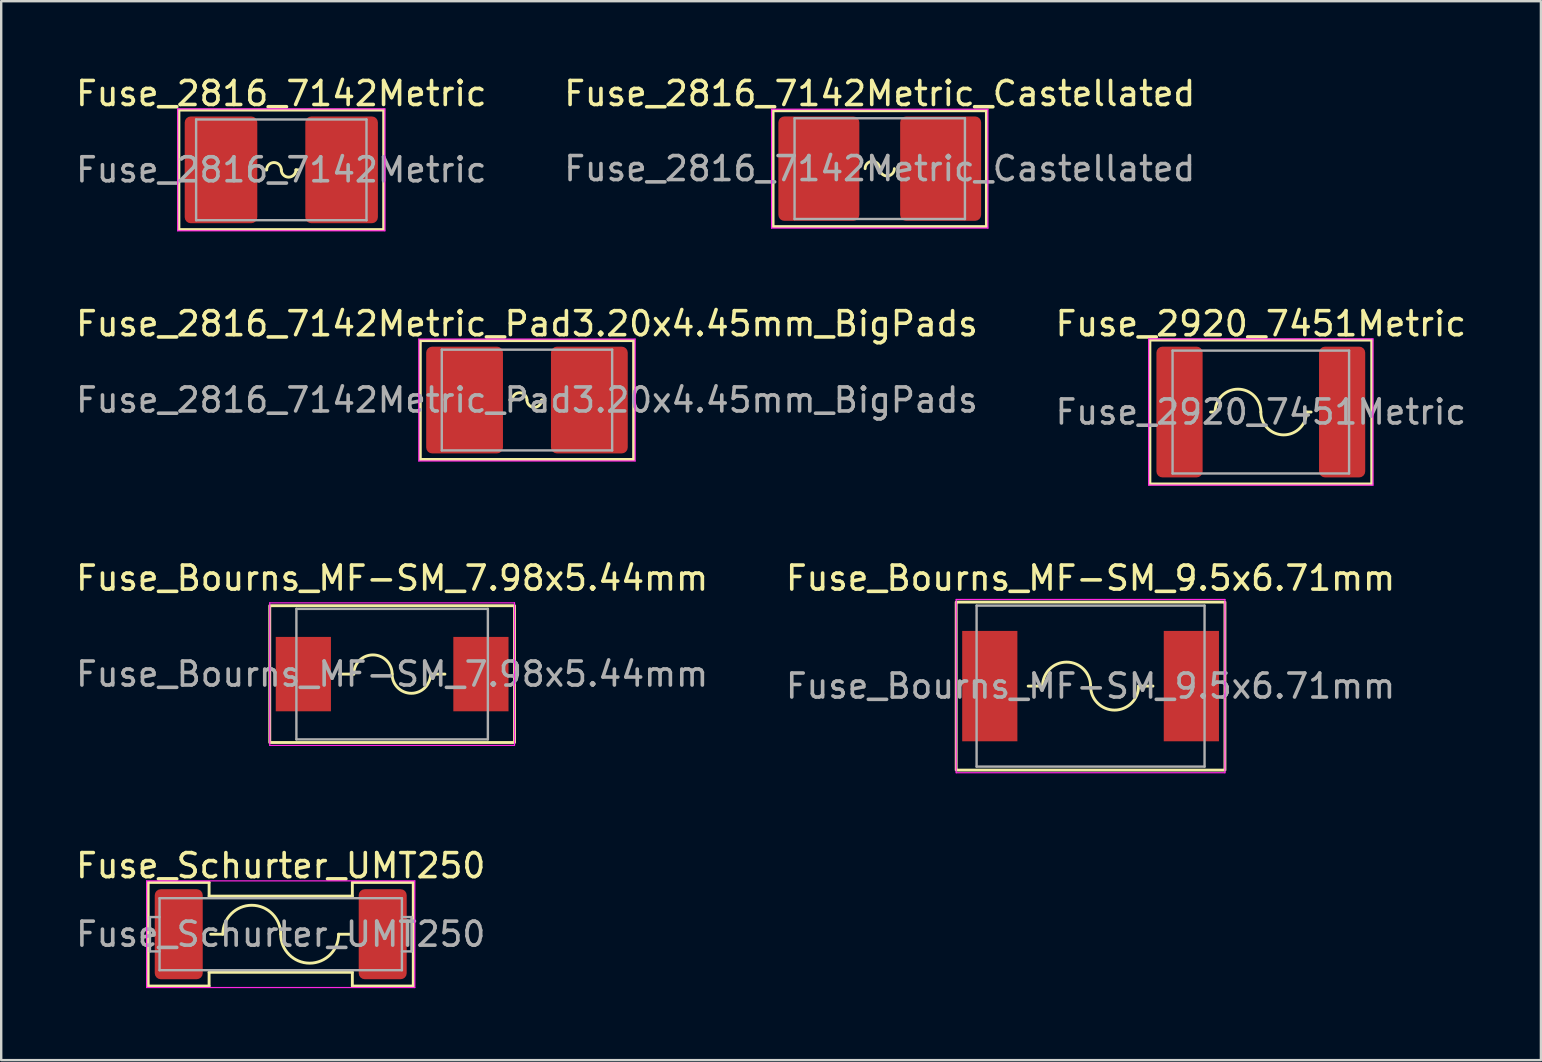
<source format=kicad_pcb>
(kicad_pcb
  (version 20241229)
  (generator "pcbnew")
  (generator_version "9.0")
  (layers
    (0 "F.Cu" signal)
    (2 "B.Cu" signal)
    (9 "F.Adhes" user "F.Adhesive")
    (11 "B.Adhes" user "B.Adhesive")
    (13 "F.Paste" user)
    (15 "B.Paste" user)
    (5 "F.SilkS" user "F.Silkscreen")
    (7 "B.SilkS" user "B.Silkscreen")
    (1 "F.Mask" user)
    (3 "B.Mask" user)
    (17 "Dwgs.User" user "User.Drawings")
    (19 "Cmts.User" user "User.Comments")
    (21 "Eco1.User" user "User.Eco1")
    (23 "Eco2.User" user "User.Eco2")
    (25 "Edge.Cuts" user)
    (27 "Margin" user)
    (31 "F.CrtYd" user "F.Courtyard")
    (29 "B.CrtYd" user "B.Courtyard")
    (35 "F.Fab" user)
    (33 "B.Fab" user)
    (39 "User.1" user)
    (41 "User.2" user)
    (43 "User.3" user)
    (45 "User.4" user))
  (footprint "Fuse_Schurter_UMT250"
    (layer "F.Cu")
    (at 8.649 35.883)
    (property "Reference" "Fuse_Schurter_UMT250" (at 0 -2.857 0) (layer "F.SilkS") (effects (font (size 1 1) (thickness 0.15))))
    (attr smd)
    (fp_line (start -5.524 -2.159) (end -5.524 2.159) (stroke (width 0.12) (type solid)) (layer "F.SilkS"))
    (fp_line (start -5.524 2.159) (end -2.985 2.159) (stroke (width 0.12) (type solid)) (layer "F.SilkS"))
    (fp_line (start -2.985 -2.159) (end -5.524 -2.159) (stroke (width 0.12) (type solid)) (layer "F.SilkS"))
    (fp_line (start -2.985 -1.587) (end -2.985 -2.159) (stroke (width 0.12) (type solid)) (layer "F.SilkS"))
    (fp_line (start -2.985 1.587) (end 2.985 1.587) (stroke (width 0.12) (type solid)) (layer "F.SilkS"))
    (fp_line (start -2.985 2.159) (end -2.985 1.587) (stroke (width 0.12) (type solid)) (layer "F.SilkS"))
    (fp_line (start -2.413 0) (end -2.921 0) (stroke (width 0.12) (type solid)) (layer "F.SilkS"))
    (fp_line (start 2.413 0) (end 2.921 0) (stroke (width 0.12) (type solid)) (layer "F.SilkS"))
    (fp_line (start 2.985 -2.159) (end 2.985 -1.587) (stroke (width 0.12) (type solid)) (layer "F.SilkS"))
    (fp_line (start 2.985 -1.587) (end -2.985 -1.587) (stroke (width 0.12) (type solid)) (layer "F.SilkS"))
    (fp_line (start 2.985 1.587) (end 2.985 2.159) (stroke (width 0.12) (type solid)) (layer "F.SilkS"))
    (fp_line (start 2.985 2.159) (end 5.524 2.159) (stroke (width 0.12) (type solid)) (layer "F.SilkS"))
    (fp_line (start 5.524 -2.159) (end 2.985 -2.159) (stroke (width 0.12) (type solid)) (layer "F.SilkS"))
    (fp_line (start 5.524 2.159) (end 5.524 -2.159) (stroke (width 0.12) (type solid)) (layer "F.SilkS"))
    (fp_arc (start -2.413 0) (mid -1.2065 -1.2065) (end 0 0) (stroke (width 0.12) (type solid)) (layer "F.SilkS"))
    (fp_arc (start 2.413 0) (mid 1.2065 1.2065) (end 0 0) (stroke (width 0.12) (type solid)) (layer "F.SilkS"))
    (fp_line (start -5.588 -2.223) (end 5.588 -2.223) (stroke (width 0.05) (type solid)) (layer "F.CrtYd"))
    (fp_line (start -5.588 2.223) (end -5.588 -2.223) (stroke (width 0.05) (type solid)) (layer "F.CrtYd"))
    (fp_line (start 5.588 -2.223) (end 5.588 2.223) (stroke (width 0.05) (type solid)) (layer "F.CrtYd"))
    (fp_line (start 5.588 2.223) (end -5.588 2.223) (stroke (width 0.05) (type solid)) (layer "F.CrtYd"))
    (fp_line (start -5.45 0.715) (end -5.45 -0.715) (stroke (width 0.1) (type solid)) (layer "F.Fab"))
    (fp_line (start -5.05 -1.5) (end 5.05 -1.5) (stroke (width 0.1) (type solid)) (layer "F.Fab"))
    (fp_line (start -5.05 -0.715) (end -5.45 -0.715) (stroke (width 0.1) (type solid)) (layer "F.Fab"))
    (fp_line (start -5.05 0.715) (end -5.45 0.715) (stroke (width 0.1) (type solid)) (layer "F.Fab"))
    (fp_line (start -5.05 1.5) (end -5.05 -1.5) (stroke (width 0.1) (type solid)) (layer "F.Fab"))
    (fp_line (start 5.05 -1.5) (end 5.05 1.5) (stroke (width 0.1) (type solid)) (layer "F.Fab"))
    (fp_line (start 5.05 -0.715) (end 5.45 -0.715) (stroke (width 0.1) (type solid)) (layer "F.Fab"))
    (fp_line (start 5.05 0.715) (end 5.45 0.715) (stroke (width 0.1) (type solid)) (layer "F.Fab"))
    (fp_line (start 5.05 1.5) (end -5.05 1.5) (stroke (width 0.1) (type solid)) (layer "F.Fab"))
    (fp_line (start 5.45 -0.715) (end 5.45 0.715) (stroke (width 0.1) (type solid)) (layer "F.Fab"))
    (fp_text user "${REFERENCE}" (at 0 0 0) (layer "F.Fab") (effects (font (size 1 1) (thickness 0.15))))
    (pad "1" smd roundrect (at -4.25 0) (size 2 3.75) (layers "F.Cu" "F.Mask" "F.Paste") (roundrect_rratio 0.125))
    (pad "2" smd roundrect (at 4.25 0) (size 2 3.75) (layers "F.Cu" "F.Mask" "F.Paste") (roundrect_rratio 0.125)))
  (footprint "Fuse_Bourns_MF-SM_7.98x5.44mm"
    (layer "F.Cu")
    (at 13.292 25.043)
    (property "Reference" "Fuse_Bourns_MF-SM_7.98x5.44mm" (at 0 -4 0) (layer "F.SilkS") (effects (font (size 1 1) (thickness 0.15))))
    (attr smd)
    (fp_line (start -2.2 0) (end -1.6 0) (stroke (width 0.12) (type solid)) (layer "F.SilkS"))
    (fp_line (start 1.8 0) (end 1.6 0) (stroke (width 0.12) (type solid)) (layer "F.SilkS"))
    (fp_line (start 2.2 0) (end 1.8 0) (stroke (width 0.12) (type solid)) (layer "F.SilkS"))
    (fp_rect (start -5.1 -2.85) (end 5.1 2.85) (stroke (width 0.12) (type solid)) (fill no) (layer "F.SilkS"))
    (fp_arc (start -1.6 0) (mid -0.8 -0.8) (end 0 0) (stroke (width 0.12) (type solid)) (layer "F.SilkS"))
    (fp_arc (start 1.6 0) (mid 0.8 0.8) (end 0 0) (stroke (width 0.12) (type solid)) (layer "F.SilkS"))
    (fp_line (start -5.1 -2.97) (end 5.1 -2.97) (stroke (width 0.05) (type solid)) (layer "F.CrtYd"))
    (fp_line (start -5.1 2.97) (end -5.1 -2.97) (stroke (width 0.05) (type solid)) (layer "F.CrtYd"))
    (fp_line (start 5.1 -2.97) (end 5.1 2.97) (stroke (width 0.05) (type solid)) (layer "F.CrtYd"))
    (fp_line (start 5.1 2.97) (end -5.1 2.97) (stroke (width 0.05) (type solid)) (layer "F.CrtYd"))
    (fp_line (start -3.99 -2.72) (end 3.99 -2.72) (stroke (width 0.1) (type solid)) (layer "F.Fab"))
    (fp_line (start -3.99 2.72) (end -3.99 -2.72) (stroke (width 0.1) (type solid)) (layer "F.Fab"))
    (fp_line (start 3.99 -2.72) (end 3.99 2.72) (stroke (width 0.1) (type solid)) (layer "F.Fab"))
    (fp_line (start 3.99 2.72) (end -3.99 2.72) (stroke (width 0.1) (type solid)) (layer "F.Fab"))
    (fp_text user "${REFERENCE}" (at 0 0 0) (layer "F.Fab") (effects (font (size 1 1) (thickness 0.15))))
    (pad "1" smd rect (at -3.7 0) (size 2.3 3.1) (layers "F.Cu" "F.Mask" "F.Paste"))
    (pad "2" smd rect (at 3.7 0) (size 2.3 3.1) (layers "F.Cu" "F.Mask" "F.Paste")))
  (footprint "Fuse_2816_7142Metric"
    (layer "F.Cu")
    (at 8.673 4.028)
    (property "Reference" "Fuse_2816_7142Metric" (at 0 -3.18 0) (layer "F.SilkS") (effects (font (size 1 1) (thickness 0.15))))
    (attr smd)
    (fp_line (start -4.267 -2.489) (end 4.267 -2.489) (stroke (width 0.12) (type solid)) (layer "F.SilkS"))
    (fp_line (start -4.267 2.489) (end -4.267 -2.489) (stroke (width 0.12) (type solid)) (layer "F.SilkS"))
    (fp_line (start -0.61 0) (end -0.711 0) (stroke (width 0.12) (type solid)) (layer "F.SilkS"))
    (fp_line (start 0.61 0) (end 0.711 0) (stroke (width 0.12) (type solid)) (layer "F.SilkS"))
    (fp_line (start 4.267 -2.489) (end 4.267 2.489) (stroke (width 0.12) (type solid)) (layer "F.SilkS"))
    (fp_line (start 4.267 2.489) (end -4.267 2.489) (stroke (width 0.12) (type solid)) (layer "F.SilkS"))
    (fp_arc (start -0.6096 0) (mid -0.3048 -0.3048) (end 0 0) (stroke (width 0.12) (type solid)) (layer "F.SilkS"))
    (fp_arc (start 0.6096 0) (mid 0.3048 0.3048) (end 0 0) (stroke (width 0.12) (type solid)) (layer "F.SilkS"))
    (fp_line (start -4.318 -2.54) (end 4.318 -2.54) (stroke (width 0.05) (type solid)) (layer "F.CrtYd"))
    (fp_line (start -4.318 2.54) (end -4.318 -2.54) (stroke (width 0.05) (type solid)) (layer "F.CrtYd"))
    (fp_line (start 4.318 -2.54) (end 4.318 2.54) (stroke (width 0.05) (type solid)) (layer "F.CrtYd"))
    (fp_line (start 4.318 2.54) (end -4.318 2.54) (stroke (width 0.05) (type solid)) (layer "F.CrtYd"))
    (fp_line (start -3.55 -2.1) (end 3.55 -2.1) (stroke (width 0.1) (type solid)) (layer "F.Fab"))
    (fp_line (start -3.55 2.1) (end -3.55 -2.1) (stroke (width 0.1) (type solid)) (layer "F.Fab"))
    (fp_line (start 3.55 -2.1) (end 3.55 2.1) (stroke (width 0.1) (type solid)) (layer "F.Fab"))
    (fp_line (start 3.55 2.1) (end -3.55 2.1) (stroke (width 0.1) (type solid)) (layer "F.Fab"))
    (fp_text user "${REFERENCE}" (at 0 0 0) (layer "F.Fab") (effects (font (size 1 1) (thickness 0.15))))
    (pad "1" smd roundrect (at -2.513 0) (size 3.025 4.45) (layers "F.Cu" "F.Mask" "F.Paste") (roundrect_rratio 0.083))
    (pad "2" smd roundrect (at 2.513 0) (size 3.025 4.45) (layers "F.Cu" "F.Mask" "F.Paste") (roundrect_rratio 0.083)))
  (footprint "Fuse_Bourns_MF-SM_9.5x6.71mm"
    (layer "F.Cu")
    (at 42.399 25.543)
    (property "Reference" "Fuse_Bourns_MF-SM_9.5x6.71mm" (at 0 -4.5 0) (layer "F.SilkS") (effects (font (size 1 1) (thickness 0.15))))
    (attr smd)
    (fp_line (start -2.6 0) (end -2 0) (stroke (width 0.12) (type solid)) (layer "F.SilkS"))
    (fp_line (start 2.6 0) (end 2 0) (stroke (width 0.12) (type solid)) (layer "F.SilkS"))
    (fp_rect (start -5.6 -3.5) (end 5.6 3.5) (stroke (width 0.12) (type solid)) (fill no) (layer "F.SilkS"))
    (fp_arc (start -2 0) (mid -1 -1) (end 0 0) (stroke (width 0.12) (type solid)) (layer "F.SilkS"))
    (fp_arc (start 2 0) (mid 1 1) (end 0 0) (stroke (width 0.12) (type solid)) (layer "F.SilkS"))
    (fp_line (start -5.6 -3.61) (end 5.6 -3.61) (stroke (width 0.05) (type solid)) (layer "F.CrtYd"))
    (fp_line (start -5.6 3.61) (end -5.6 -3.61) (stroke (width 0.05) (type solid)) (layer "F.CrtYd"))
    (fp_line (start 5.6 -3.61) (end 5.6 3.61) (stroke (width 0.05) (type solid)) (layer "F.CrtYd"))
    (fp_line (start 5.6 3.61) (end -5.6 3.61) (stroke (width 0.05) (type solid)) (layer "F.CrtYd"))
    (fp_line (start -4.75 -3.355) (end 4.75 -3.355) (stroke (width 0.1) (type solid)) (layer "F.Fab"))
    (fp_line (start -4.75 3.355) (end -4.75 -3.355) (stroke (width 0.1) (type solid)) (layer "F.Fab"))
    (fp_line (start 4.75 -3.355) (end 4.75 3.355) (stroke (width 0.1) (type solid)) (layer "F.Fab"))
    (fp_line (start 4.75 3.355) (end -4.75 3.355) (stroke (width 0.1) (type solid)) (layer "F.Fab"))
    (fp_text user "${REFERENCE}" (at 0 0 0) (layer "F.Fab") (effects (font (size 1 1) (thickness 0.15))))
    (pad "1" smd rect (at -4.2 0) (size 2.3 4.6) (layers "F.Cu" "F.Mask" "F.Paste"))
    (pad "2" smd rect (at 4.2 0) (size 2.3 4.6) (layers "F.Cu" "F.Mask" "F.Paste")))
  (footprint "Fuse_2816_7142Metric_Castellated"
    (layer "F.Cu")
    (at 33.613 3.978)
    (property "Reference" "Fuse_2816_7142Metric_Castellated" (at 0 -3.13 0) (layer "F.SilkS") (effects (font (size 1 1) (thickness 0.15))))
    (attr smd)
    (fp_line (start -4.445 -2.413) (end 4.445 -2.413) (stroke (width 0.12) (type solid)) (layer "F.SilkS"))
    (fp_line (start -4.445 2.413) (end -4.445 -2.413) (stroke (width 0.12) (type solid)) (layer "F.SilkS"))
    (fp_line (start 4.445 -2.413) (end 4.445 2.413) (stroke (width 0.12) (type solid)) (layer "F.SilkS"))
    (fp_line (start 4.445 2.413) (end -4.445 2.413) (stroke (width 0.12) (type solid)) (layer "F.SilkS"))
    (fp_arc (start -0.6096 0) (mid -0.3048 -0.3048) (end 0 0) (stroke (width 0.12) (type solid)) (layer "F.SilkS"))
    (fp_arc (start 0.6096 0) (mid 0.3048 0.3048) (end 0 0) (stroke (width 0.12) (type solid)) (layer "F.SilkS"))
    (fp_line (start -4.508 -2.477) (end 4.508 -2.477) (stroke (width 0.05) (type solid)) (layer "F.CrtYd"))
    (fp_line (start -4.508 2.477) (end -4.508 -2.477) (stroke (width 0.05) (type solid)) (layer "F.CrtYd"))
    (fp_line (start 4.508 -2.477) (end 4.508 2.477) (stroke (width 0.05) (type solid)) (layer "F.CrtYd"))
    (fp_line (start 4.508 2.477) (end -4.508 2.477) (stroke (width 0.05) (type solid)) (layer "F.CrtYd"))
    (fp_line (start -3.55 -2.1) (end 3.55 -2.1) (stroke (width 0.1) (type solid)) (layer "F.Fab"))
    (fp_line (start -3.55 2.1) (end -3.55 -2.1) (stroke (width 0.1) (type solid)) (layer "F.Fab"))
    (fp_line (start 3.55 -2.1) (end 3.55 2.1) (stroke (width 0.1) (type solid)) (layer "F.Fab"))
    (fp_line (start 3.55 2.1) (end -3.55 2.1) (stroke (width 0.1) (type solid)) (layer "F.Fab"))
    (fp_text user "${REFERENCE}" (at 0 0 0) (layer "F.Fab") (effects (font (size 1 1) (thickness 0.15))))
    (pad "1" smd roundrect (at -2.538 0) (size 3.375 4.35) (layers "F.Cu" "F.Mask" "F.Paste") (roundrect_rratio 0.074))
    (pad "2" smd roundrect (at 2.538 0) (size 3.375 4.35) (layers "F.Cu" "F.Mask" "F.Paste") (roundrect_rratio 0.074)))
  (footprint "Fuse_2816_7142Metric_Pad3.20x4.45mm_BigPads"
    (layer "F.Cu")
    (at 18.911 13.621)
    (property "Reference" "Fuse_2816_7142Metric_Pad3.20x4.45mm_BigPads" (at 0 -3.18 0) (layer "F.SilkS") (effects (font (size 1 1) (thickness 0.15))))
    (attr smd)
    (fp_line (start -4.445 -2.477) (end 4.445 -2.477) (stroke (width 0.12) (type solid)) (layer "F.SilkS"))
    (fp_line (start -4.445 2.477) (end -4.445 -2.477) (stroke (width 0.12) (type solid)) (layer "F.SilkS"))
    (fp_line (start -0.61 0) (end -0.711 0) (stroke (width 0.12) (type solid)) (layer "F.SilkS"))
    (fp_line (start 0.61 0) (end 0.711 0) (stroke (width 0.12) (type solid)) (layer "F.SilkS"))
    (fp_line (start 4.445 -2.477) (end 4.445 2.477) (stroke (width 0.12) (type solid)) (layer "F.SilkS"))
    (fp_line (start 4.445 2.477) (end -4.445 2.477) (stroke (width 0.12) (type solid)) (layer "F.SilkS"))
    (fp_arc (start -0.6096 0) (mid -0.3048 -0.3048) (end 0 0) (stroke (width 0.12) (type solid)) (layer "F.SilkS"))
    (fp_arc (start 0.6096 0) (mid 0.3048 0.3048) (end 0 0) (stroke (width 0.12) (type solid)) (layer "F.SilkS"))
    (fp_line (start -4.508 -2.54) (end 4.508 -2.54) (stroke (width 0.05) (type solid)) (layer "F.CrtYd"))
    (fp_line (start -4.508 2.54) (end -4.508 -2.54) (stroke (width 0.05) (type solid)) (layer "F.CrtYd"))
    (fp_line (start 4.508 -2.54) (end 4.508 2.54) (stroke (width 0.05) (type solid)) (layer "F.CrtYd"))
    (fp_line (start 4.508 2.54) (end -4.508 2.54) (stroke (width 0.05) (type solid)) (layer "F.CrtYd"))
    (fp_line (start -3.55 -2.1) (end 3.55 -2.1) (stroke (width 0.1) (type solid)) (layer "F.Fab"))
    (fp_line (start -3.55 2.1) (end -3.55 -2.1) (stroke (width 0.1) (type solid)) (layer "F.Fab"))
    (fp_line (start 3.55 -2.1) (end 3.55 2.1) (stroke (width 0.1) (type solid)) (layer "F.Fab"))
    (fp_line (start 3.55 2.1) (end -3.55 2.1) (stroke (width 0.1) (type solid)) (layer "F.Fab"))
    (fp_text user "${REFERENCE}" (at 0 0 0) (layer "F.Fab") (effects (font (size 1 1) (thickness 0.15))))
    (pad "1" smd roundrect (at -2.6 0) (size 3.2 4.45) (layers "F.Cu" "F.Mask" "F.Paste") (roundrect_rratio 0.078))
    (pad "2" smd roundrect (at 2.6 0) (size 3.2 4.45) (layers "F.Cu" "F.Mask" "F.Paste") (roundrect_rratio 0.078)))
  (footprint "Fuse_2920_7451Metric"
    (layer "F.Cu")
    (at 49.494 14.121)
    (property "Reference" "Fuse_2920_7451Metric" (at 0 -3.68 0) (layer "F.SilkS") (effects (font (size 1 1) (thickness 0.15))))
    (attr smd)
    (fp_line (start -4.623 -2.997) (end 4.623 -2.997) (stroke (width 0.12) (type solid)) (layer "F.SilkS"))
    (fp_line (start -4.623 2.997) (end -4.623 -2.997) (stroke (width 0.12) (type solid)) (layer "F.SilkS"))
    (fp_line (start -1.905 0) (end -2.095 0) (stroke (width 0.12) (type solid)) (layer "F.SilkS"))
    (fp_line (start 2.095 0) (end 1.905 0) (stroke (width 0.12) (type solid)) (layer "F.SilkS"))
    (fp_line (start 4.623 -2.997) (end 4.623 2.997) (stroke (width 0.12) (type solid)) (layer "F.SilkS"))
    (fp_line (start 4.623 2.997) (end -4.623 2.997) (stroke (width 0.12) (type solid)) (layer "F.SilkS"))
    (fp_arc (start -1.905 0) (mid -0.9525 -0.9525) (end 0 0) (stroke (width 0.12) (type solid)) (layer "F.SilkS"))
    (fp_arc (start 1.905 0) (mid 0.9525 0.9525) (end 0 0) (stroke (width 0.12) (type solid)) (layer "F.SilkS"))
    (fp_line (start -4.674 -3.048) (end 4.674 -3.048) (stroke (width 0.05) (type solid)) (layer "F.CrtYd"))
    (fp_line (start -4.674 3.048) (end -4.674 -3.048) (stroke (width 0.05) (type solid)) (layer "F.CrtYd"))
    (fp_line (start 4.674 -3.048) (end 4.674 3.048) (stroke (width 0.05) (type solid)) (layer "F.CrtYd"))
    (fp_line (start 4.674 3.048) (end -4.674 3.048) (stroke (width 0.05) (type solid)) (layer "F.CrtYd"))
    (fp_line (start -3.678 -2.56) (end 3.678 -2.56) (stroke (width 0.1) (type solid)) (layer "F.Fab"))
    (fp_line (start -3.678 2.56) (end -3.678 -2.56) (stroke (width 0.1) (type solid)) (layer "F.Fab"))
    (fp_line (start 3.678 -2.56) (end 3.678 2.56) (stroke (width 0.1) (type solid)) (layer "F.Fab"))
    (fp_line (start 3.678 2.56) (end -3.678 2.56) (stroke (width 0.1) (type solid)) (layer "F.Fab"))
    (fp_text user "${REFERENCE}" (at 0 0 0) (layer "F.Fab") (effects (font (size 1 1) (thickness 0.15))))
    (pad "1" smd roundrect (at -3.388 0) (size 1.925 5.45) (layers "F.Cu" "F.Mask" "F.Paste") (roundrect_rratio 0.13))
    (pad "2" smd roundrect (at 3.388 0) (size 1.925 5.45) (layers "F.Cu" "F.Mask" "F.Paste") (roundrect_rratio 0.13)))
  (gr_rect
    (start -3 -3)
    (end 61.167 41.131)
    (stroke (width 0.1) (type default))
    (fill no)
    (layer "Edge.Cuts")))
</source>
